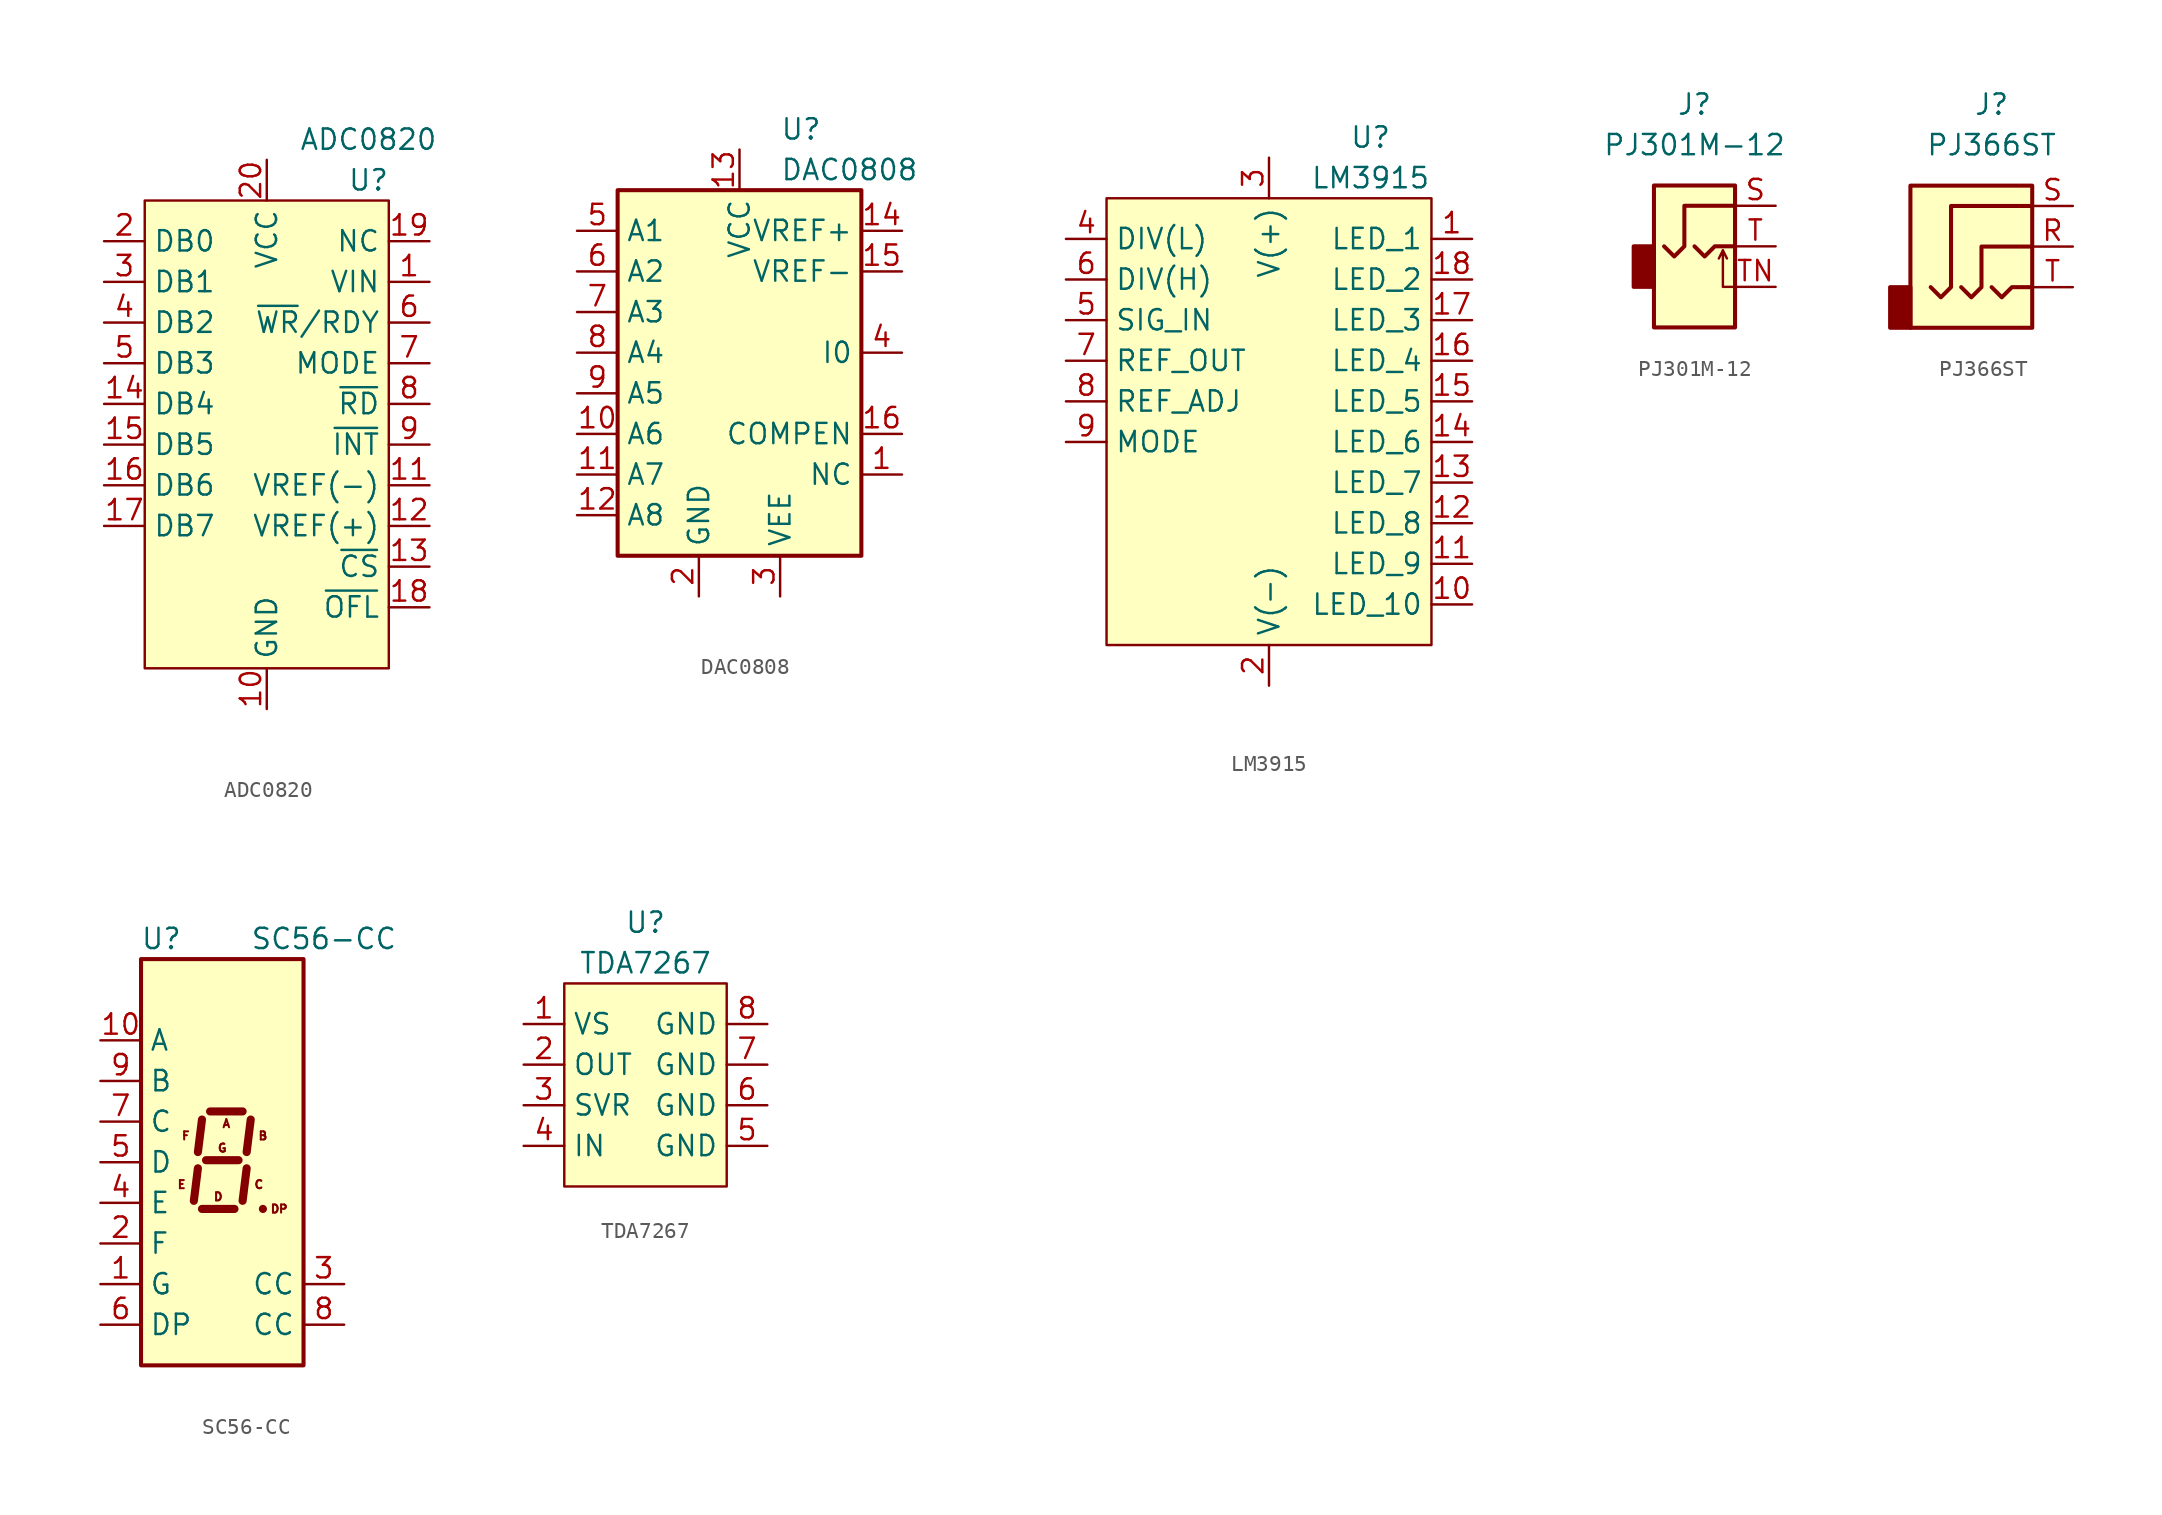
<source format=kicad_sym>
(kicad_symbol_lib
  (version 20211014)
  (generator kicad_symbol_editor)
  (symbol "ADC0820"
    (property "Reference" "U"
      (at 6.35 15.24 0)
      (effects (font (size 1.27 1.27))))
    (property "Value" "ADC0820"
      (at 6.35 17.78 0)
      (effects (font (size 1.27 1.27))))
    (symbol "ADC0820_0_1"
      (rectangle (start -7.62 13.97) (end 7.62 -15.24) (stroke (width 0.152) (type default) (color 0 0 0 0)) (fill (type background))))
    (symbol "ADC0820_1_1"
      (pin input line (at 10.16 8.89 180) (length 2.54) (name "VIN" (effects (font (size 1.27 1.27)))) (number "1" (effects (font (size 1.27 1.27)))))
      (pin power_in line (at 0 -17.78 90) (length 2.54) (name "GND" (effects (font (size 1.27 1.27)))) (number "10" (effects (font (size 1.27 1.27)))))
      (pin input line (at 10.16 -3.81 180) (length 2.54) (name "VREF(-)" (effects (font (size 1.27 1.27)))) (number "11" (effects (font (size 1.27 1.27)))))
      (pin input line (at 10.16 -6.35 180) (length 2.54) (name "VREF(+)" (effects (font (size 1.27 1.27)))) (number "12" (effects (font (size 1.27 1.27)))))
      (pin input line (at 10.16 -8.89 180) (length 2.54) (name "~{CS}" (effects (font (size 1.27 1.27)))) (number "13" (effects (font (size 1.27 1.27)))))
      (pin output line (at -10.16 1.27 0) (length 2.54) (name "DB4" (effects (font (size 1.27 1.27)))) (number "14" (effects (font (size 1.27 1.27)))))
      (pin output line (at -10.16 -1.27 0) (length 2.54) (name "DB5" (effects (font (size 1.27 1.27)))) (number "15" (effects (font (size 1.27 1.27)))))
      (pin output line (at -10.16 -3.81 0) (length 2.54) (name "DB6" (effects (font (size 1.27 1.27)))) (number "16" (effects (font (size 1.27 1.27)))))
      (pin output line (at -10.16 -6.35 0) (length 2.54) (name "DB7" (effects (font (size 1.27 1.27)))) (number "17" (effects (font (size 1.27 1.27)))))
      (pin output line (at 10.16 -11.43 180) (length 2.54) (name "~{OFL}" (effects (font (size 1.27 1.27)))) (number "18" (effects (font (size 1.27 1.27)))))
      (pin input line (at 10.16 11.43 180) (length 2.54) (name "NC" (effects (font (size 1.27 1.27)))) (number "19" (effects (font (size 1.27 1.27)))))
      (pin output line (at -10.16 11.43 0) (length 2.54) (name "DB0" (effects (font (size 1.27 1.27)))) (number "2" (effects (font (size 1.27 1.27)))))
      (pin power_in line (at 0 16.51 270) (length 2.54) (name "VCC" (effects (font (size 1.27 1.27)))) (number "20" (effects (font (size 1.27 1.27)))))
      (pin output line (at -10.16 8.89 0) (length 2.54) (name "DB1" (effects (font (size 1.27 1.27)))) (number "3" (effects (font (size 1.27 1.27)))))
      (pin output line (at -10.16 6.35 0) (length 2.54) (name "DB2" (effects (font (size 1.27 1.27)))) (number "4" (effects (font (size 1.27 1.27)))))
      (pin output line (at -10.16 3.81 0) (length 2.54) (name "DB3" (effects (font (size 1.27 1.27)))) (number "5" (effects (font (size 1.27 1.27)))))
      (pin tri_state line (at 10.16 6.35 180) (length 2.54) (name "~{WR}/RDY" (effects (font (size 1.27 1.27)))) (number "6" (effects (font (size 1.27 1.27)))))
      (pin input line (at 10.16 3.81 180) (length 2.54) (name "MODE" (effects (font (size 1.27 1.27)))) (number "7" (effects (font (size 1.27 1.27)))))
      (pin input line (at 10.16 1.27 180) (length 2.54) (name "~{RD}" (effects (font (size 1.27 1.27)))) (number "8" (effects (font (size 1.27 1.27)))))
      (pin output line (at 10.16 -1.27 180) (length 2.54) (name "~{INT}" (effects (font (size 1.27 1.27)))) (number "9" (effects (font (size 1.27 1.27)))))))
  (symbol "DAC0808"
    (property "Reference" "U"
      (at 2.54 16.51 0)
      (effects (font (size 1.27 1.27)) (justify left)))
    (property "Value" "DAC0808"
      (at 2.54 13.97 0)
      (effects (font (size 1.27 1.27)) (justify left)))
    (symbol "DAC0808_0_0"
      (rectangle (start -7.62 -10.16) (end 7.62 12.7) (stroke (width 0.254) (type default) (color 0 0 0 0)) (fill (type background))))
    (symbol "DAC0808_1_1"
      (pin input line (at 10.16 -5.08 180) (length 2.54) (name "NC" (effects (font (size 1.27 1.27)))) (number "1" (effects (font (size 1.27 1.27)))))
      (pin input line (at -10.16 -2.54 0) (length 2.54) (name "A6" (effects (font (size 1.27 1.27)))) (number "10" (effects (font (size 1.27 1.27)))))
      (pin input line (at -10.16 -5.08 0) (length 2.54) (name "A7" (effects (font (size 1.27 1.27)))) (number "11" (effects (font (size 1.27 1.27)))))
      (pin input line (at -10.16 -7.62 0) (length 2.54) (name "A8" (effects (font (size 1.27 1.27)))) (number "12" (effects (font (size 1.27 1.27)))))
      (pin power_in line (at 0 15.24 270) (length 2.54) (name "VCC" (effects (font (size 1.27 1.27)))) (number "13" (effects (font (size 1.27 1.27)))))
      (pin output line (at 10.16 10.16 180) (length 2.54) (name "VREF+" (effects (font (size 1.27 1.27)))) (number "14" (effects (font (size 1.27 1.27)))))
      (pin output line (at 10.16 7.62 180) (length 2.54) (name "VREF-" (effects (font (size 1.27 1.27)))) (number "15" (effects (font (size 1.27 1.27)))))
      (pin passive line (at 10.16 -2.54 180) (length 2.54) (name "COMPEN" (effects (font (size 1.27 1.27)))) (number "16" (effects (font (size 1.27 1.27)))))
      (pin power_in line (at -2.54 -12.7 90) (length 2.54) (name "GND" (effects (font (size 1.27 1.27)))) (number "2" (effects (font (size 1.27 1.27)))))
      (pin power_in line (at 2.54 -12.7 90) (length 2.54) (name "VEE" (effects (font (size 1.27 1.27)))) (number "3" (effects (font (size 1.27 1.27)))))
      (pin input line (at 10.16 2.54 180) (length 2.54) (name "I0" (effects (font (size 1.27 1.27)))) (number "4" (effects (font (size 1.27 1.27)))))
      (pin input line (at -10.16 10.16 0) (length 2.54) (name "A1" (effects (font (size 1.27 1.27)))) (number "5" (effects (font (size 1.27 1.27)))))
      (pin input line (at -10.16 7.62 0) (length 2.54) (name "A2" (effects (font (size 1.27 1.27)))) (number "6" (effects (font (size 1.27 1.27)))))
      (pin input line (at -10.16 5.08 0) (length 2.54) (name "A3" (effects (font (size 1.27 1.27)))) (number "7" (effects (font (size 1.27 1.27)))))
      (pin input line (at -10.16 2.54 0) (length 2.54) (name "A4" (effects (font (size 1.27 1.27)))) (number "8" (effects (font (size 1.27 1.27)))))
      (pin input line (at -10.16 0 0) (length 2.54) (name "A5" (effects (font (size 1.27 1.27)))) (number "9" (effects (font (size 1.27 1.27)))))))
  (symbol "LM3915"
    (property "Reference" "U"
      (at 6.35 17.78 0)
      (effects (font (size 1.27 1.27))))
    (property "Value" "LM3915"
      (at 6.35 15.24 0)
      (effects (font (size 1.27 1.27))))
    (symbol "LM3915_0_1"
      (rectangle (start -10.16 13.97) (end 10.16 -13.97) (stroke (width 0.152) (type default) (color 0 0 0 0)) (fill (type background))))
    (symbol "LM3915_1_1"
      (pin output line (at 12.7 11.43 180) (length 2.54) (name "LED_1" (effects (font (size 1.27 1.27)))) (number "1" (effects (font (size 1.27 1.27)))))
      (pin output line (at 12.7 -11.43 180) (length 2.54) (name "LED_10" (effects (font (size 1.27 1.27)))) (number "10" (effects (font (size 1.27 1.27)))))
      (pin output line (at 12.7 -8.89 180) (length 2.54) (name "LED_9" (effects (font (size 1.27 1.27)))) (number "11" (effects (font (size 1.27 1.27)))))
      (pin output line (at 12.7 -6.35 180) (length 2.54) (name "LED_8" (effects (font (size 1.27 1.27)))) (number "12" (effects (font (size 1.27 1.27)))))
      (pin output line (at 12.7 -3.81 180) (length 2.54) (name "LED_7" (effects (font (size 1.27 1.27)))) (number "13" (effects (font (size 1.27 1.27)))))
      (pin output line (at 12.7 -1.27 180) (length 2.54) (name "LED_6" (effects (font (size 1.27 1.27)))) (number "14" (effects (font (size 1.27 1.27)))))
      (pin output line (at 12.7 1.27 180) (length 2.54) (name "LED_5" (effects (font (size 1.27 1.27)))) (number "15" (effects (font (size 1.27 1.27)))))
      (pin output line (at 12.7 3.81 180) (length 2.54) (name "LED_4" (effects (font (size 1.27 1.27)))) (number "16" (effects (font (size 1.27 1.27)))))
      (pin output line (at 12.7 6.35 180) (length 2.54) (name "LED_3" (effects (font (size 1.27 1.27)))) (number "17" (effects (font (size 1.27 1.27)))))
      (pin output line (at 12.7 8.89 180) (length 2.54) (name "LED_2" (effects (font (size 1.27 1.27)))) (number "18" (effects (font (size 1.27 1.27)))))
      (pin power_in line (at 0 -16.51 90) (length 2.54) (name "V(-)" (effects (font (size 1.27 1.27)))) (number "2" (effects (font (size 1.27 1.27)))))
      (pin power_in line (at 0 16.51 270) (length 2.54) (name "V(+)" (effects (font (size 1.27 1.27)))) (number "3" (effects (font (size 1.27 1.27)))))
      (pin input line (at -12.7 11.43 0) (length 2.54) (name "DIV(L)" (effects (font (size 1.27 1.27)))) (number "4" (effects (font (size 1.27 1.27)))))
      (pin input line (at -12.7 6.35 0) (length 2.54) (name "SIG_IN" (effects (font (size 1.27 1.27)))) (number "5" (effects (font (size 1.27 1.27)))))
      (pin input line (at -12.7 8.89 0) (length 2.54) (name "DIV(H)" (effects (font (size 1.27 1.27)))) (number "6" (effects (font (size 1.27 1.27)))))
      (pin output line (at -12.7 3.81 0) (length 2.54) (name "REF_OUT" (effects (font (size 1.27 1.27)))) (number "7" (effects (font (size 1.27 1.27)))))
      (pin input line (at -12.7 1.27 0) (length 2.54) (name "REF_ADJ" (effects (font (size 1.27 1.27)))) (number "8" (effects (font (size 1.27 1.27)))))
      (pin input line (at -12.7 -1.27 0) (length 2.54) (name "MODE" (effects (font (size 1.27 1.27)))) (number "9" (effects (font (size 1.27 1.27)))))))
  (symbol "PJ301M-12"
    (property "Reference" "J"
      (at 0 8.89 0)
      (effects (font (size 1.27 1.27))))
    (property "Value" "PJ301M-12"
      (at 0 6.35 0)
      (effects (font (size 1.27 1.27))))
    (symbol "PJ301M-12_0_1"
      (rectangle (start -2.54 0) (end -3.81 -2.54) (stroke (width 0.254) (type default) (color 0 0 0 0)) (fill (type outline)))
      (polyline (pts (xy 1.778 -0.254) (xy 2.032 -0.762)) (stroke (width 0) (type default) (color 0 0 0 0)) (fill (type none)))
      (polyline (pts (xy 0 0) (xy 0.635 -0.635) (xy 1.27 0) (xy 2.54 0)) (stroke (width 0.254) (type default) (color 0 0 0 0)) (fill (type none)))
      (polyline (pts (xy 2.54 -2.54) (xy 1.778 -2.54) (xy 1.778 -0.254) (xy 1.524 -0.762)) (stroke (width 0) (type default) (color 0 0 0 0)) (fill (type none)))
      (polyline (pts (xy 2.54 2.54) (xy -0.635 2.54) (xy -0.635 0) (xy -1.27 -0.635) (xy -1.905 0)) (stroke (width 0.254) (type default) (color 0 0 0 0)) (fill (type none)))
      (rectangle (start 2.54 3.81) (end -2.54 -5.08) (stroke (width 0.254) (type default) (color 0 0 0 0)) (fill (type background))))
    (symbol "PJ301M-12_1_1"
      (pin passive line (at 5.08 2.54 180) (length 2.54) (name "~" (effects (font (size 1.27 1.27)))) (number "S" (effects (font (size 1.27 1.27)))))
      (pin passive line (at 5.08 0 180) (length 2.54) (name "~" (effects (font (size 1.27 1.27)))) (number "T" (effects (font (size 1.27 1.27)))))
      (pin passive line (at 5.08 -2.54 180) (length 2.54) (name "~" (effects (font (size 1.27 1.27)))) (number "TN" (effects (font (size 1.27 1.27)))))))
  (symbol "PJ366ST"
    (property "Reference" "J"
      (at 0 8.89 0)
      (effects (font (size 1.27 1.27))))
    (property "Value" "PJ366ST"
      (at 0 6.35 0)
      (effects (font (size 1.27 1.27))))
    (symbol "PJ366ST_0_1"
      (rectangle (start -5.08 -5.08) (end -6.35 -2.54) (stroke (width 0.254) (type default) (color 0 0 0 0)) (fill (type outline)))
      (polyline (pts (xy 0 -2.54) (xy 0.635 -3.175) (xy 1.27 -2.54) (xy 2.54 -2.54)) (stroke (width 0.254) (type default) (color 0 0 0 0)) (fill (type none)))
      (polyline (pts (xy -1.905 -2.54) (xy -1.27 -3.175) (xy -0.635 -2.54) (xy -0.635 0) (xy 2.54 0)) (stroke (width 0.254) (type default) (color 0 0 0 0)) (fill (type none)))
      (polyline (pts (xy 2.54 2.54) (xy -2.54 2.54) (xy -2.54 -2.54) (xy -3.175 -3.175) (xy -3.81 -2.54)) (stroke (width 0.254) (type default) (color 0 0 0 0)) (fill (type none)))
      (rectangle (start 2.54 3.81) (end -5.08 -5.08) (stroke (width 0.254) (type default) (color 0 0 0 0)) (fill (type background))))
    (symbol "PJ366ST_1_1"
      (pin passive line (at 5.08 0 180) (length 2.54) (name "~" (effects (font (size 1.27 1.27)))) (number "R" (effects (font (size 1.27 1.27)))))
      (pin passive line (at 5.08 2.54 180) (length 2.54) (name "~" (effects (font (size 1.27 1.27)))) (number "S" (effects (font (size 1.27 1.27)))))
      (pin passive line (at 5.08 -2.54 180) (length 2.54) (name "~" (effects (font (size 1.27 1.27)))) (number "T" (effects (font (size 1.27 1.27)))))))
  (symbol "SC56-CC"
    (property "Reference" "U"
      (at -3.81 13.97 0)
      (effects (font (size 1.27 1.27))))
    (property "Value" "SC56-CC"
      (at 6.35 13.97 0)
      (effects (font (size 1.27 1.27))))
    (symbol "SC56-CC_1_0"
      (text "A" (at 0.254 2.413 0) (effects (font (size 0.508 0.508))))
      (text "B" (at 2.54 1.651 0) (effects (font (size 0.508 0.508))))
      (text "C" (at 2.286 -1.397 0) (effects (font (size 0.508 0.508))))
      (text "D" (at -0.254 -2.159 0) (effects (font (size 0.508 0.508))))
      (text "DP" (at 3.556 -2.921 0) (effects (font (size 0.508 0.508))))
      (text "E" (at -2.54 -1.397 0) (effects (font (size 0.508 0.508))))
      (text "F" (at -2.286 1.651 0) (effects (font (size 0.508 0.508))))
      (text "G" (at 0 0.889 0) (effects (font (size 0.508 0.508)))))
    (symbol "SC56-CC_1_1"
      (rectangle (start -5.08 12.7) (end 5.08 -12.7) (stroke (width 0.254) (type default) (color 0 0 0 0)) (fill (type background)))
      (polyline (pts (xy -1.524 -0.381) (xy -1.778 -2.413)) (stroke (width 0.508) (type default) (color 0 0 0 0)) (fill (type none)))
      (polyline (pts (xy -1.27 -2.921) (xy 0.762 -2.921)) (stroke (width 0.508) (type default) (color 0 0 0 0)) (fill (type none)))
      (polyline (pts (xy -1.27 2.667) (xy -1.524 0.635)) (stroke (width 0.508) (type default) (color 0 0 0 0)) (fill (type none)))
      (polyline (pts (xy -1.016 0.127) (xy 1.016 0.127)) (stroke (width 0.508) (type default) (color 0 0 0 0)) (fill (type none)))
      (polyline (pts (xy -0.762 3.175) (xy 1.27 3.175)) (stroke (width 0.508) (type default) (color 0 0 0 0)) (fill (type none)))
      (polyline (pts (xy 1.524 -0.381) (xy 1.27 -2.413)) (stroke (width 0.508) (type default) (color 0 0 0 0)) (fill (type none)))
      (polyline (pts (xy 1.778 2.667) (xy 1.524 0.635)) (stroke (width 0.508) (type default) (color 0 0 0 0)) (fill (type none)))
      (polyline (pts (xy 2.54 -2.921) (xy 2.54 -2.921)) (stroke (width 0.508) (type default) (color 0 0 0 0)) (fill (type none)))
      (pin input line (at -7.62 -7.62 0) (length 2.54) (name "G" (effects (font (size 1.27 1.27)))) (number "1" (effects (font (size 1.27 1.27)))))
      (pin input line (at -7.62 7.62 0) (length 2.54) (name "A" (effects (font (size 1.27 1.27)))) (number "10" (effects (font (size 1.27 1.27)))))
      (pin input line (at -7.62 -5.08 0) (length 2.54) (name "F" (effects (font (size 1.27 1.27)))) (number "2" (effects (font (size 1.27 1.27)))))
      (pin input line (at 7.62 -7.62 180) (length 2.54) (name "CC" (effects (font (size 1.27 1.27)))) (number "3" (effects (font (size 1.27 1.27)))))
      (pin input line (at -7.62 -2.54 0) (length 2.54) (name "E" (effects (font (size 1.27 1.27)))) (number "4" (effects (font (size 1.27 1.27)))))
      (pin input line (at -7.62 0 0) (length 2.54) (name "D" (effects (font (size 1.27 1.27)))) (number "5" (effects (font (size 1.27 1.27)))))
      (pin input line (at -7.62 -10.16 0) (length 2.54) (name "DP" (effects (font (size 1.27 1.27)))) (number "6" (effects (font (size 1.27 1.27)))))
      (pin input line (at -7.62 2.54 0) (length 2.54) (name "C" (effects (font (size 1.27 1.27)))) (number "7" (effects (font (size 1.27 1.27)))))
      (pin input line (at 7.62 -10.16 180) (length 2.54) (name "CC" (effects (font (size 1.27 1.27)))) (number "8" (effects (font (size 1.27 1.27)))))
      (pin input line (at -7.62 5.08 0) (length 2.54) (name "B" (effects (font (size 1.27 1.27)))) (number "9" (effects (font (size 1.27 1.27)))))))
  (symbol "TDA7267"
    (property "Reference" "U"
      (at 0 10.16 0)
      (effects (font (size 1.27 1.27))))
    (property "Value" "TDA7267"
      (at 0 7.62 0)
      (effects (font (size 1.27 1.27))))
    (symbol "TDA7267_0_1"
      (rectangle (start -5.08 6.35) (end 5.08 -6.35) (stroke (width 0.152) (type default) (color 0 0 0 0)) (fill (type background))))
    (symbol "TDA7267_1_1"
      (pin power_in line (at -7.62 3.81 0) (length 2.54) (name "VS" (effects (font (size 1.27 1.27)))) (number "1" (effects (font (size 1.27 1.27)))))
      (pin output line (at -7.62 1.27 0) (length 2.54) (name "OUT" (effects (font (size 1.27 1.27)))) (number "2" (effects (font (size 1.27 1.27)))))
      (pin input line (at -7.62 -1.27 0) (length 2.54) (name "SVR" (effects (font (size 1.27 1.27)))) (number "3" (effects (font (size 1.27 1.27)))))
      (pin input line (at -7.62 -3.81 0) (length 2.54) (name "IN" (effects (font (size 1.27 1.27)))) (number "4" (effects (font (size 1.27 1.27)))))
      (pin power_in line (at 7.62 -3.81 180) (length 2.54) (name "GND" (effects (font (size 1.27 1.27)))) (number "5" (effects (font (size 1.27 1.27)))))
      (pin power_in line (at 7.62 -1.27 180) (length 2.54) (name "GND" (effects (font (size 1.27 1.27)))) (number "6" (effects (font (size 1.27 1.27)))))
      (pin power_in line (at 7.62 1.27 180) (length 2.54) (name "GND" (effects (font (size 1.27 1.27)))) (number "7" (effects (font (size 1.27 1.27)))))
      (pin power_in line (at 7.62 3.81 180) (length 2.54) (name "GND" (effects (font (size 1.27 1.27)))) (number "8" (effects (font (size 1.27 1.27))))))))
</source>
